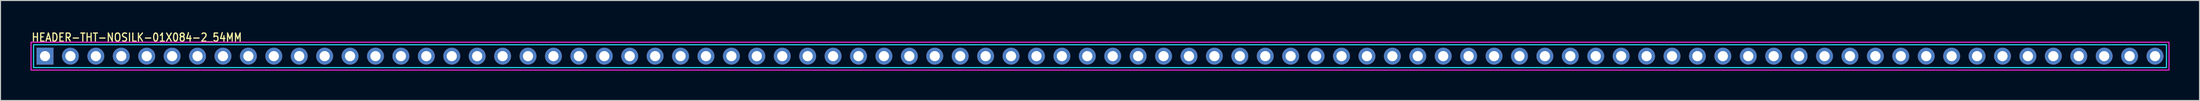
<source format=kicad_pcb>
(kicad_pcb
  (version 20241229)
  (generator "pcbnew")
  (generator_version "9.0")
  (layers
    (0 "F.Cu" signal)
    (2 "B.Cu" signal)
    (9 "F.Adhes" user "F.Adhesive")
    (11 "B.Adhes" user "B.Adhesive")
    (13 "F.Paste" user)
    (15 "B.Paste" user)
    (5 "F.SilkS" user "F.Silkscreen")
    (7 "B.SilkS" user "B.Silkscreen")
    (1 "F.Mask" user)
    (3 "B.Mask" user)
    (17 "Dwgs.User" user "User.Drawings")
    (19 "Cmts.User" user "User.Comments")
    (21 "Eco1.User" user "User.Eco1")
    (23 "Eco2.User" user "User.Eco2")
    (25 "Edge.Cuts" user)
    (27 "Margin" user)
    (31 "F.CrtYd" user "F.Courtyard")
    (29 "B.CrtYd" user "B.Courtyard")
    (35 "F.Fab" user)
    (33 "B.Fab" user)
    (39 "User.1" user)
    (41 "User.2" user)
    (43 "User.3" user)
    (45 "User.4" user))
  (footprint "HEADER-THT-NOSILK-01X084-2_54MM"
    (layer "F.Cu")
    (at 1.447 2.579)
    (property "Reference" "HEADER-THT-NOSILK-01X084-2_54MM" (at -1.4 -1.4 0) (unlocked yes) (layer "F.SilkS") (effects (font (size 0.813 0.695) (thickness 0.122)) (justify left bottom)))
    (fp_poly (pts (xy -1.143 -1.143) (xy 211.963 -1.143) (xy 211.963 1.143) (xy -1.143 1.143)) (stroke (width 0.1) (type solid)) (fill no) (layer "B.CrtYd"))
    (fp_poly (pts (xy -1.397 -1.397) (xy 212.217 -1.397) (xy 212.217 1.397) (xy -1.397 1.397)) (stroke (width 0.1) (type solid)) (fill no) (layer "F.CrtYd"))
    (pad "P$1" thru_hole rect (at 0 0) (size 1.693 1.693) (drill 1.016) (layers "*.Cu" "*.Mask"))
    (pad "P$2" thru_hole oval (at 2.54 0) (size 1.693 1.693) (drill 1.016) (layers "*.Cu" "*.Mask"))
    (pad "P$3" thru_hole oval (at 5.08 0) (size 1.693 1.693) (drill 1.016) (layers "*.Cu" "*.Mask"))
    (pad "P$4" thru_hole oval (at 7.62 0) (size 1.693 1.693) (drill 1.016) (layers "*.Cu" "*.Mask"))
    (pad "P$5" thru_hole oval (at 10.16 0) (size 1.693 1.693) (drill 1.016) (layers "*.Cu" "*.Mask"))
    (pad "P$6" thru_hole oval (at 12.7 0) (size 1.693 1.693) (drill 1.016) (layers "*.Cu" "*.Mask"))
    (pad "P$7" thru_hole oval (at 15.24 0) (size 1.693 1.693) (drill 1.016) (layers "*.Cu" "*.Mask"))
    (pad "P$8" thru_hole oval (at 17.78 0) (size 1.693 1.693) (drill 1.016) (layers "*.Cu" "*.Mask"))
    (pad "P$9" thru_hole oval (at 20.32 0) (size 1.693 1.693) (drill 1.016) (layers "*.Cu" "*.Mask"))
    (pad "P$10" thru_hole oval (at 22.86 0) (size 1.693 1.693) (drill 1.016) (layers "*.Cu" "*.Mask"))
    (pad "P$11" thru_hole oval (at 25.4 0) (size 1.693 1.693) (drill 1.016) (layers "*.Cu" "*.Mask"))
    (pad "P$12" thru_hole oval (at 27.94 0) (size 1.693 1.693) (drill 1.016) (layers "*.Cu" "*.Mask"))
    (pad "P$13" thru_hole oval (at 30.48 0) (size 1.693 1.693) (drill 1.016) (layers "*.Cu" "*.Mask"))
    (pad "P$14" thru_hole oval (at 33.02 0) (size 1.693 1.693) (drill 1.016) (layers "*.Cu" "*.Mask"))
    (pad "P$15" thru_hole oval (at 35.56 0) (size 1.693 1.693) (drill 1.016) (layers "*.Cu" "*.Mask"))
    (pad "P$16" thru_hole oval (at 38.1 0) (size 1.693 1.693) (drill 1.016) (layers "*.Cu" "*.Mask"))
    (pad "P$17" thru_hole oval (at 40.64 0) (size 1.693 1.693) (drill 1.016) (layers "*.Cu" "*.Mask"))
    (pad "P$18" thru_hole oval (at 43.18 0) (size 1.693 1.693) (drill 1.016) (layers "*.Cu" "*.Mask"))
    (pad "P$19" thru_hole oval (at 45.72 0) (size 1.693 1.693) (drill 1.016) (layers "*.Cu" "*.Mask"))
    (pad "P$20" thru_hole oval (at 48.26 0) (size 1.693 1.693) (drill 1.016) (layers "*.Cu" "*.Mask"))
    (pad "P$21" thru_hole oval (at 50.8 0) (size 1.693 1.693) (drill 1.016) (layers "*.Cu" "*.Mask"))
    (pad "P$22" thru_hole oval (at 53.34 0) (size 1.693 1.693) (drill 1.016) (layers "*.Cu" "*.Mask"))
    (pad "P$23" thru_hole oval (at 55.88 0) (size 1.693 1.693) (drill 1.016) (layers "*.Cu" "*.Mask"))
    (pad "P$24" thru_hole oval (at 58.42 0) (size 1.693 1.693) (drill 1.016) (layers "*.Cu" "*.Mask"))
    (pad "P$25" thru_hole oval (at 60.96 0) (size 1.693 1.693) (drill 1.016) (layers "*.Cu" "*.Mask"))
    (pad "P$26" thru_hole oval (at 63.5 0) (size 1.693 1.693) (drill 1.016) (layers "*.Cu" "*.Mask"))
    (pad "P$27" thru_hole oval (at 66.04 0) (size 1.693 1.693) (drill 1.016) (layers "*.Cu" "*.Mask"))
    (pad "P$28" thru_hole oval (at 68.58 0) (size 1.693 1.693) (drill 1.016) (layers "*.Cu" "*.Mask"))
    (pad "P$29" thru_hole oval (at 71.12 0) (size 1.693 1.693) (drill 1.016) (layers "*.Cu" "*.Mask"))
    (pad "P$30" thru_hole oval (at 73.66 0) (size 1.693 1.693) (drill 1.016) (layers "*.Cu" "*.Mask"))
    (pad "P$31" thru_hole oval (at 76.2 0) (size 1.693 1.693) (drill 1.016) (layers "*.Cu" "*.Mask"))
    (pad "P$32" thru_hole oval (at 78.74 0) (size 1.693 1.693) (drill 1.016) (layers "*.Cu" "*.Mask"))
    (pad "P$33" thru_hole oval (at 81.28 0) (size 1.693 1.693) (drill 1.016) (layers "*.Cu" "*.Mask"))
    (pad "P$34" thru_hole oval (at 83.82 0) (size 1.693 1.693) (drill 1.016) (layers "*.Cu" "*.Mask"))
    (pad "P$35" thru_hole oval (at 86.36 0) (size 1.693 1.693) (drill 1.016) (layers "*.Cu" "*.Mask"))
    (pad "P$36" thru_hole oval (at 88.9 0) (size 1.693 1.693) (drill 1.016) (layers "*.Cu" "*.Mask"))
    (pad "P$37" thru_hole oval (at 91.44 0) (size 1.693 1.693) (drill 1.016) (layers "*.Cu" "*.Mask"))
    (pad "P$38" thru_hole oval (at 93.98 0) (size 1.693 1.693) (drill 1.016) (layers "*.Cu" "*.Mask"))
    (pad "P$39" thru_hole oval (at 96.52 0) (size 1.693 1.693) (drill 1.016) (layers "*.Cu" "*.Mask"))
    (pad "P$40" thru_hole oval (at 99.06 0) (size 1.693 1.693) (drill 1.016) (layers "*.Cu" "*.Mask"))
    (pad "P$41" thru_hole oval (at 101.6 0) (size 1.693 1.693) (drill 1.016) (layers "*.Cu" "*.Mask"))
    (pad "P$42" thru_hole oval (at 104.14 0) (size 1.693 1.693) (drill 1.016) (layers "*.Cu" "*.Mask"))
    (pad "P$43" thru_hole oval (at 106.68 0) (size 1.693 1.693) (drill 1.016) (layers "*.Cu" "*.Mask"))
    (pad "P$44" thru_hole oval (at 109.22 0) (size 1.693 1.693) (drill 1.016) (layers "*.Cu" "*.Mask"))
    (pad "P$45" thru_hole oval (at 111.76 0) (size 1.693 1.693) (drill 1.016) (layers "*.Cu" "*.Mask"))
    (pad "P$46" thru_hole oval (at 114.3 0) (size 1.693 1.693) (drill 1.016) (layers "*.Cu" "*.Mask"))
    (pad "P$47" thru_hole oval (at 116.84 0) (size 1.693 1.693) (drill 1.016) (layers "*.Cu" "*.Mask"))
    (pad "P$48" thru_hole oval (at 119.38 0) (size 1.693 1.693) (drill 1.016) (layers "*.Cu" "*.Mask"))
    (pad "P$49" thru_hole oval (at 121.92 0) (size 1.693 1.693) (drill 1.016) (layers "*.Cu" "*.Mask"))
    (pad "P$50" thru_hole oval (at 124.46 0) (size 1.693 1.693) (drill 1.016) (layers "*.Cu" "*.Mask"))
    (pad "P$51" thru_hole oval (at 127 0) (size 1.693 1.693) (drill 1.016) (layers "*.Cu" "*.Mask"))
    (pad "P$52" thru_hole oval (at 129.54 0) (size 1.693 1.693) (drill 1.016) (layers "*.Cu" "*.Mask"))
    (pad "P$53" thru_hole oval (at 132.08 0) (size 1.693 1.693) (drill 1.016) (layers "*.Cu" "*.Mask"))
    (pad "P$54" thru_hole oval (at 134.62 0) (size 1.693 1.693) (drill 1.016) (layers "*.Cu" "*.Mask"))
    (pad "P$55" thru_hole oval (at 137.16 0) (size 1.693 1.693) (drill 1.016) (layers "*.Cu" "*.Mask"))
    (pad "P$56" thru_hole oval (at 139.7 0) (size 1.693 1.693) (drill 1.016) (layers "*.Cu" "*.Mask"))
    (pad "P$57" thru_hole oval (at 142.24 0) (size 1.693 1.693) (drill 1.016) (layers "*.Cu" "*.Mask"))
    (pad "P$58" thru_hole oval (at 144.78 0) (size 1.693 1.693) (drill 1.016) (layers "*.Cu" "*.Mask"))
    (pad "P$59" thru_hole oval (at 147.32 0) (size 1.693 1.693) (drill 1.016) (layers "*.Cu" "*.Mask"))
    (pad "P$60" thru_hole oval (at 149.86 0) (size 1.693 1.693) (drill 1.016) (layers "*.Cu" "*.Mask"))
    (pad "P$61" thru_hole oval (at 152.4 0) (size 1.693 1.693) (drill 1.016) (layers "*.Cu" "*.Mask"))
    (pad "P$62" thru_hole oval (at 154.94 0) (size 1.693 1.693) (drill 1.016) (layers "*.Cu" "*.Mask"))
    (pad "P$63" thru_hole oval (at 157.48 0) (size 1.693 1.693) (drill 1.016) (layers "*.Cu" "*.Mask"))
    (pad "P$64" thru_hole oval (at 160.02 0) (size 1.693 1.693) (drill 1.016) (layers "*.Cu" "*.Mask"))
    (pad "P$65" thru_hole oval (at 162.56 0) (size 1.693 1.693) (drill 1.016) (layers "*.Cu" "*.Mask"))
    (pad "P$66" thru_hole oval (at 165.1 0) (size 1.693 1.693) (drill 1.016) (layers "*.Cu" "*.Mask"))
    (pad "P$67" thru_hole oval (at 167.64 0) (size 1.693 1.693) (drill 1.016) (layers "*.Cu" "*.Mask"))
    (pad "P$68" thru_hole oval (at 170.18 0) (size 1.693 1.693) (drill 1.016) (layers "*.Cu" "*.Mask"))
    (pad "P$69" thru_hole oval (at 172.72 0) (size 1.693 1.693) (drill 1.016) (layers "*.Cu" "*.Mask"))
    (pad "P$70" thru_hole oval (at 175.26 0) (size 1.693 1.693) (drill 1.016) (layers "*.Cu" "*.Mask"))
    (pad "P$71" thru_hole oval (at 177.8 0) (size 1.693 1.693) (drill 1.016) (layers "*.Cu" "*.Mask"))
    (pad "P$72" thru_hole oval (at 180.34 0) (size 1.693 1.693) (drill 1.016) (layers "*.Cu" "*.Mask"))
    (pad "P$73" thru_hole oval (at 182.88 0) (size 1.693 1.693) (drill 1.016) (layers "*.Cu" "*.Mask"))
    (pad "P$74" thru_hole oval (at 185.42 0) (size 1.693 1.693) (drill 1.016) (layers "*.Cu" "*.Mask"))
    (pad "P$75" thru_hole oval (at 187.96 0) (size 1.693 1.693) (drill 1.016) (layers "*.Cu" "*.Mask"))
    (pad "P$76" thru_hole oval (at 190.5 0) (size 1.693 1.693) (drill 1.016) (layers "*.Cu" "*.Mask"))
    (pad "P$77" thru_hole oval (at 193.04 0) (size 1.693 1.693) (drill 1.016) (layers "*.Cu" "*.Mask"))
    (pad "P$78" thru_hole oval (at 195.58 0) (size 1.693 1.693) (drill 1.016) (layers "*.Cu" "*.Mask"))
    (pad "P$79" thru_hole oval (at 198.12 0) (size 1.693 1.693) (drill 1.016) (layers "*.Cu" "*.Mask"))
    (pad "P$80" thru_hole oval (at 200.66 0) (size 1.693 1.693) (drill 1.016) (layers "*.Cu" "*.Mask"))
    (pad "P$81" thru_hole oval (at 203.2 0) (size 1.693 1.693) (drill 1.016) (layers "*.Cu" "*.Mask"))
    (pad "P$82" thru_hole oval (at 205.74 0) (size 1.693 1.693) (drill 1.016) (layers "*.Cu" "*.Mask"))
    (pad "P$83" thru_hole oval (at 208.28 0) (size 1.693 1.693) (drill 1.016) (layers "*.Cu" "*.Mask"))
    (pad "P$84" thru_hole oval (at 210.82 0) (size 1.693 1.693) (drill 1.016) (layers "*.Cu" "*.Mask")))
  (gr_rect
    (start -3 -3)
    (end 216.714 7.026)
    (stroke (width 0.1) (type default))
    (fill no)
    (layer "Edge.Cuts")))
</source>
